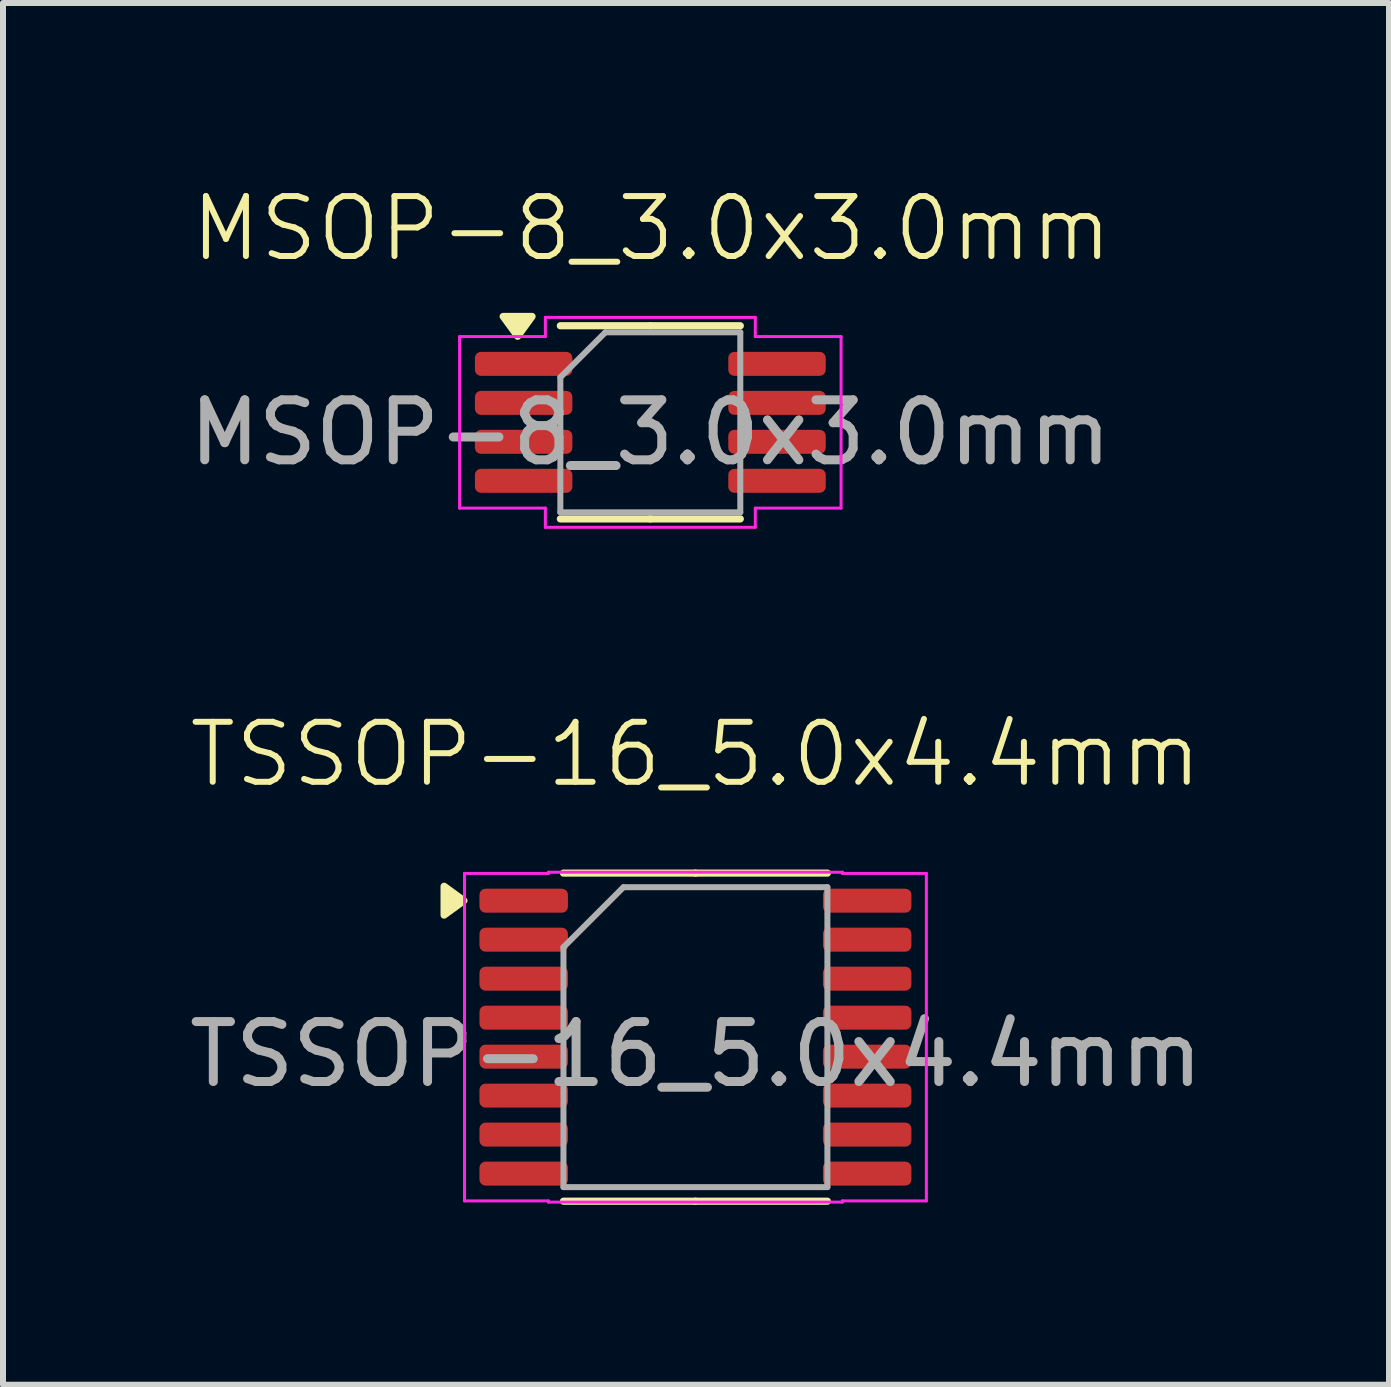
<source format=kicad_pcb>
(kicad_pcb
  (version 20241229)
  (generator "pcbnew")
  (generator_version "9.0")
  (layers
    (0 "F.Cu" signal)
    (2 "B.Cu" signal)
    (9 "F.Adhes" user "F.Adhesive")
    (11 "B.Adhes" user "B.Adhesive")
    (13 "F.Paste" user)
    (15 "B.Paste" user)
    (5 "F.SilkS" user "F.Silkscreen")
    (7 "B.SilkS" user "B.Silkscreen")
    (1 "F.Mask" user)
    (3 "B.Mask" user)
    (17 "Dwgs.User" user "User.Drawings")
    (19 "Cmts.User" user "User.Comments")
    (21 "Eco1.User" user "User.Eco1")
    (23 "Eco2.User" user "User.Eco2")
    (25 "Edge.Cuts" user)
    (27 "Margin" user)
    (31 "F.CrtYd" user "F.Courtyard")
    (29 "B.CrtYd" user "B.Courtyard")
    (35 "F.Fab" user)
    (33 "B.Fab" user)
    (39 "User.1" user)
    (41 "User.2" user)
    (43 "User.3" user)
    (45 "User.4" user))
  (footprint "MSOP-8_3.0x3.0mm"
    (layer "F.Cu")
    (at 7.812 3.961)
    (property "Reference" "MSOP-8_3.0x3.0mm" (at 0 -3.2 0) (unlocked yes) (layer "F.SilkS") (effects (font (size 1 1) (thickness 0.1))))
    (attr smd)
    (fp_line (start -0.02 -1.58) (end -1.52 -1.58) (stroke (width 0.12) (type solid)) (layer "F.SilkS"))
    (fp_line (start -0.02 -1.58) (end 1.48 -1.58) (stroke (width 0.12) (type solid)) (layer "F.SilkS"))
    (fp_line (start -0.02 1.64) (end -1.52 1.64) (stroke (width 0.12) (type solid)) (layer "F.SilkS"))
    (fp_line (start -0.02 1.64) (end 1.48 1.64) (stroke (width 0.12) (type solid)) (layer "F.SilkS"))
    (fp_poly (pts (xy -2.232 -1.405) (xy -2.473 -1.735) (xy -1.992 -1.735)) (stroke (width 0.12) (type solid)) (fill yes) (layer "F.SilkS"))
    (fp_line (start -3.2 -1.4) (end -1.77 -1.4) (stroke (width 0.05) (type solid)) (layer "F.CrtYd"))
    (fp_line (start -3.2 1.46) (end -3.2 -1.4) (stroke (width 0.05) (type solid)) (layer "F.CrtYd"))
    (fp_line (start -1.77 -1.72) (end 1.73 -1.72) (stroke (width 0.05) (type solid)) (layer "F.CrtYd"))
    (fp_line (start -1.77 -1.4) (end -1.77 -1.72) (stroke (width 0.05) (type solid)) (layer "F.CrtYd"))
    (fp_line (start -1.77 1.46) (end -3.2 1.46) (stroke (width 0.05) (type solid)) (layer "F.CrtYd"))
    (fp_line (start -1.77 1.78) (end -1.77 1.46) (stroke (width 0.05) (type solid)) (layer "F.CrtYd"))
    (fp_line (start 1.73 -1.72) (end 1.73 -1.4) (stroke (width 0.05) (type solid)) (layer "F.CrtYd"))
    (fp_line (start 1.73 -1.4) (end 3.16 -1.4) (stroke (width 0.05) (type solid)) (layer "F.CrtYd"))
    (fp_line (start 1.73 1.46) (end 1.73 1.78) (stroke (width 0.05) (type solid)) (layer "F.CrtYd"))
    (fp_line (start 1.73 1.78) (end -1.77 1.78) (stroke (width 0.05) (type solid)) (layer "F.CrtYd"))
    (fp_line (start 3.16 -1.4) (end 3.16 1.46) (stroke (width 0.05) (type solid)) (layer "F.CrtYd"))
    (fp_line (start 3.16 1.46) (end 1.73 1.46) (stroke (width 0.05) (type solid)) (layer "F.CrtYd"))
    (fp_line (start -1.52 -0.72) (end -0.77 -1.47) (stroke (width 0.1) (type solid)) (layer "F.Fab"))
    (fp_line (start -1.52 1.53) (end -1.52 -0.72) (stroke (width 0.1) (type solid)) (layer "F.Fab"))
    (fp_line (start -0.77 -1.47) (end 1.48 -1.47) (stroke (width 0.1) (type solid)) (layer "F.Fab"))
    (fp_line (start 1.48 -1.47) (end 1.48 1.53) (stroke (width 0.1) (type solid)) (layer "F.Fab"))
    (fp_line (start 1.48 1.53) (end -1.52 1.53) (stroke (width 0.1) (type solid)) (layer "F.Fab"))
    (fp_text user "${REFERENCE}" (at -0.02 0.2 0) (unlocked yes) (layer "F.Fab") (effects (font (size 1 1) (thickness 0.15))))
    (pad "1" smd roundrect (at -2.132 -0.945) (size 1.625 0.4) (layers "F.Cu" "F.Mask" "F.Paste") (roundrect_rratio 0.25))
    (pad "2" smd roundrect (at -2.132 -0.295) (size 1.625 0.4) (layers "F.Cu" "F.Mask" "F.Paste") (roundrect_rratio 0.25))
    (pad "3" smd roundrect (at -2.132 0.355) (size 1.625 0.4) (layers "F.Cu" "F.Mask" "F.Paste") (roundrect_rratio 0.25))
    (pad "4" smd roundrect (at -2.132 1.005) (size 1.625 0.4) (layers "F.Cu" "F.Mask" "F.Paste") (roundrect_rratio 0.25))
    (pad "5" smd roundrect (at 2.092 1.005) (size 1.625 0.4) (layers "F.Cu" "F.Mask" "F.Paste") (roundrect_rratio 0.25))
    (pad "6" smd roundrect (at 2.092 0.355) (size 1.625 0.4) (layers "F.Cu" "F.Mask" "F.Paste") (roundrect_rratio 0.25))
    (pad "7" smd roundrect (at 2.092 -0.295) (size 1.625 0.4) (layers "F.Cu" "F.Mask" "F.Paste") (roundrect_rratio 0.25))
    (pad "8" smd roundrect (at 2.092 -0.945) (size 1.625 0.4) (layers "F.Cu" "F.Mask" "F.Paste") (roundrect_rratio 0.25)))
  (footprint "TSSOP-16_5.0x4.4mm"
    (layer "F.Cu")
    (at 8.554 14.526)
    (property "Reference" "TSSOP-16_5.0x4.4mm" (at -0.01 -5 0) (unlocked yes) (layer "F.SilkS") (effects (font (size 1 1) (thickness 0.1))))
    (attr smd)
    (fp_line (start -0.01 -3.02) (end -2.21 -3.02) (stroke (width 0.12) (type solid)) (layer "F.SilkS"))
    (fp_line (start -0.01 -3.02) (end 2.19 -3.02) (stroke (width 0.12) (type solid)) (layer "F.SilkS"))
    (fp_line (start -0.01 2.45) (end -2.21 2.45) (stroke (width 0.12) (type solid)) (layer "F.SilkS"))
    (fp_line (start -0.01 2.45) (end 2.19 2.45) (stroke (width 0.12) (type solid)) (layer "F.SilkS"))
    (fp_poly (pts (xy -3.87 -2.56) (xy -4.2 -2.32) (xy -4.2 -2.8)) (stroke (width 0.12) (type solid)) (fill yes) (layer "F.SilkS"))
    (fp_line (start -3.86 -3.015) (end -2.46 -3.015) (stroke (width 0.05) (type solid)) (layer "F.CrtYd"))
    (fp_line (start -3.86 2.445) (end -3.86 -3.015) (stroke (width 0.05) (type solid)) (layer "F.CrtYd"))
    (fp_line (start -2.46 -3.035) (end 2.44 -3.035) (stroke (width 0.05) (type solid)) (layer "F.CrtYd"))
    (fp_line (start -2.46 -3.015) (end -2.46 -3.035) (stroke (width 0.05) (type solid)) (layer "F.CrtYd"))
    (fp_line (start -2.46 2.445) (end -3.86 2.445) (stroke (width 0.05) (type solid)) (layer "F.CrtYd"))
    (fp_line (start -2.46 2.465) (end -2.46 2.445) (stroke (width 0.05) (type solid)) (layer "F.CrtYd"))
    (fp_line (start 2.44 -3.035) (end 2.44 -3.015) (stroke (width 0.05) (type solid)) (layer "F.CrtYd"))
    (fp_line (start 2.44 -3.015) (end 3.84 -3.015) (stroke (width 0.05) (type solid)) (layer "F.CrtYd"))
    (fp_line (start 2.44 2.445) (end 2.44 2.465) (stroke (width 0.05) (type solid)) (layer "F.CrtYd"))
    (fp_line (start 2.44 2.465) (end -2.46 2.465) (stroke (width 0.05) (type solid)) (layer "F.CrtYd"))
    (fp_line (start 3.84 -3.015) (end 3.84 2.445) (stroke (width 0.05) (type solid)) (layer "F.CrtYd"))
    (fp_line (start 3.84 2.445) (end 2.44 2.445) (stroke (width 0.05) (type solid)) (layer "F.CrtYd"))
    (fp_line (start -2.21 -1.785) (end -1.21 -2.785) (stroke (width 0.1) (type solid)) (layer "F.Fab"))
    (fp_line (start -2.21 2.215) (end -2.21 -1.785) (stroke (width 0.1) (type solid)) (layer "F.Fab"))
    (fp_line (start -1.21 -2.785) (end 2.19 -2.785) (stroke (width 0.1) (type solid)) (layer "F.Fab"))
    (fp_line (start 2.19 -2.785) (end 2.19 2.215) (stroke (width 0.1) (type solid)) (layer "F.Fab"))
    (fp_line (start 2.19 2.215) (end -2.21 2.215) (stroke (width 0.1) (type solid)) (layer "F.Fab"))
    (fp_text user "${REFERENCE}" (at 0 0 0) (layer "F.Fab") (effects (font (size 1 1) (thickness 0.15))))
    (pad "1" smd roundrect (at -2.873 -2.56) (size 1.475 0.4) (layers "F.Cu" "F.Mask" "F.Paste") (roundrect_rratio 0.25))
    (pad "2" smd roundrect (at -2.873 -1.91) (size 1.475 0.4) (layers "F.Cu" "F.Mask" "F.Paste") (roundrect_rratio 0.25))
    (pad "3" smd roundrect (at -2.873 -1.26) (size 1.475 0.4) (layers "F.Cu" "F.Mask" "F.Paste") (roundrect_rratio 0.25))
    (pad "4" smd roundrect (at -2.873 -0.61) (size 1.475 0.4) (layers "F.Cu" "F.Mask" "F.Paste") (roundrect_rratio 0.25))
    (pad "5" smd roundrect (at -2.873 0.04) (size 1.475 0.4) (layers "F.Cu" "F.Mask" "F.Paste") (roundrect_rratio 0.25))
    (pad "6" smd roundrect (at -2.873 0.69) (size 1.475 0.4) (layers "F.Cu" "F.Mask" "F.Paste") (roundrect_rratio 0.25))
    (pad "7" smd roundrect (at -2.873 1.34) (size 1.475 0.4) (layers "F.Cu" "F.Mask" "F.Paste") (roundrect_rratio 0.25))
    (pad "8" smd roundrect (at -2.873 1.99) (size 1.475 0.4) (layers "F.Cu" "F.Mask" "F.Paste") (roundrect_rratio 0.25))
    (pad "9" smd roundrect (at 2.853 1.99) (size 1.475 0.4) (layers "F.Cu" "F.Mask" "F.Paste") (roundrect_rratio 0.25))
    (pad "10" smd roundrect (at 2.853 1.34) (size 1.475 0.4) (layers "F.Cu" "F.Mask" "F.Paste") (roundrect_rratio 0.25))
    (pad "11" smd roundrect (at 2.853 0.69) (size 1.475 0.4) (layers "F.Cu" "F.Mask" "F.Paste") (roundrect_rratio 0.25))
    (pad "12" smd roundrect (at 2.853 0.04) (size 1.475 0.4) (layers "F.Cu" "F.Mask" "F.Paste") (roundrect_rratio 0.25))
    (pad "13" smd roundrect (at 2.853 -0.61) (size 1.475 0.4) (layers "F.Cu" "F.Mask" "F.Paste") (roundrect_rratio 0.25))
    (pad "14" smd roundrect (at 2.853 -1.26) (size 1.475 0.4) (layers "F.Cu" "F.Mask" "F.Paste") (roundrect_rratio 0.25))
    (pad "15" smd roundrect (at 2.853 -1.91) (size 1.475 0.4) (layers "F.Cu" "F.Mask" "F.Paste") (roundrect_rratio 0.25))
    (pad "16" smd roundrect (at 2.853 -2.56) (size 1.475 0.4) (layers "F.Cu" "F.Mask" "F.Paste") (roundrect_rratio 0.25)))
  (gr_rect
    (start -3 -3)
    (end 20.107 20.036)
    (stroke (width 0.1) (type default))
    (fill no)
    (layer "Edge.Cuts")))
</source>
